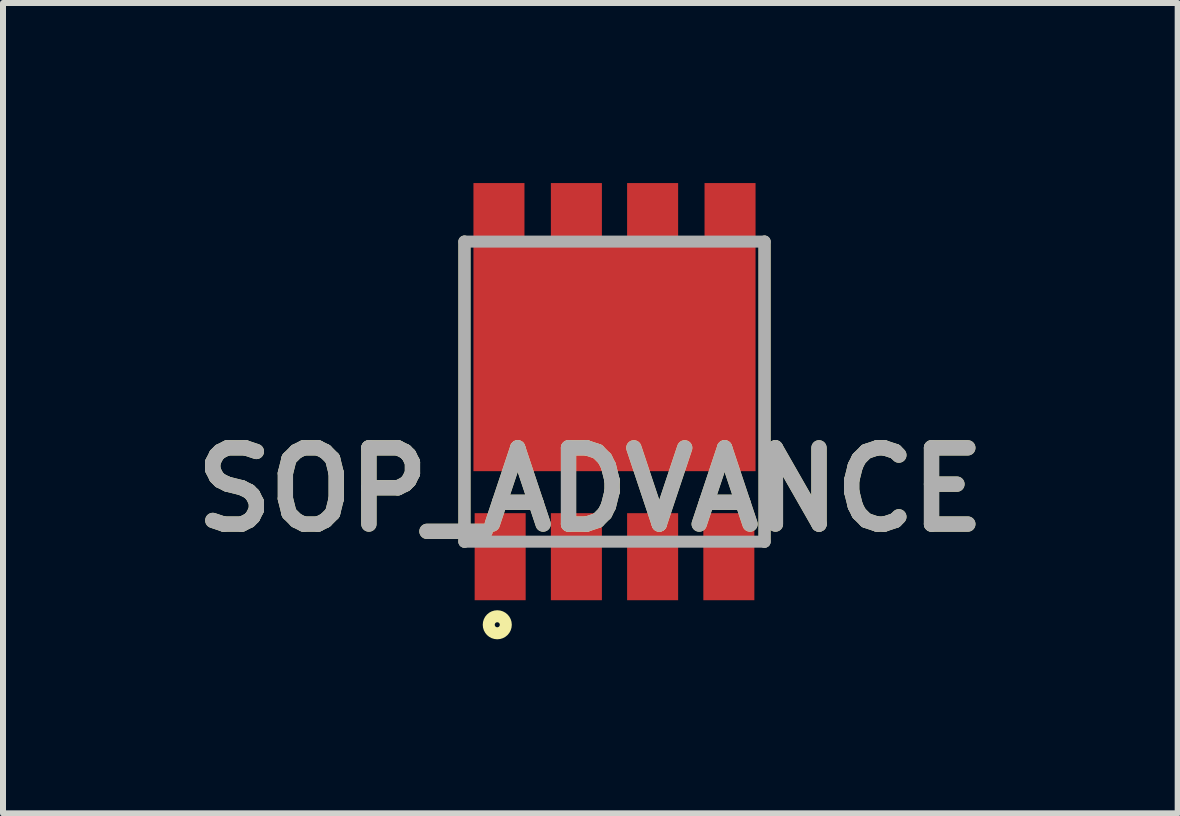
<source format=kicad_pcb>
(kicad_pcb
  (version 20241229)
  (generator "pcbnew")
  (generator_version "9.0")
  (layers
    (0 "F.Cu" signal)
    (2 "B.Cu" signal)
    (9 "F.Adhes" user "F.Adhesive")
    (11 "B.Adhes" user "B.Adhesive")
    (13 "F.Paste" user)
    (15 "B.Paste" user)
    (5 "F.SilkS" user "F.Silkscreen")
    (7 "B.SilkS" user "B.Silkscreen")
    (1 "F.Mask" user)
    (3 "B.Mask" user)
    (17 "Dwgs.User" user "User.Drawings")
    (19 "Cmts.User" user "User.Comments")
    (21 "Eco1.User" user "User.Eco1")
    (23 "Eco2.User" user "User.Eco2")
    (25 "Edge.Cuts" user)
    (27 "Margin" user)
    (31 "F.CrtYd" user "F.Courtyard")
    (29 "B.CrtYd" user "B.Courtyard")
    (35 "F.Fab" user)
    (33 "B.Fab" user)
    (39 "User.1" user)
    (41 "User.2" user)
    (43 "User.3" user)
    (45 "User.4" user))
  (footprint "SOP_ADVANCE"
    (layer "F.Cu")
    (at 7.188 3.475)
    (property "Reference" "SOP_ADVANCE" (at -0.403 1.632 0) (layer "F.SilkS") (effects (font (size 1.27 1.27) (thickness 0.254))))
    (attr smd)
    (fp_line (start -2.5 -2.5) (end -2.5 2.5) (stroke (width 0.2) (type solid)) (layer "F.SilkS"))
    (fp_line (start 2.5 2.5) (end 2.5 -2.5) (stroke (width 0.2) (type solid)) (layer "F.SilkS"))
    (fp_circle (center -1.953 3.884) (end -1.953 3.926) (stroke (width 0.2) (type solid)) (fill no) (layer "F.SilkS"))
    (fp_line (start -2.5 -2.5) (end 2.5 -2.5) (stroke (width 0.2) (type solid)) (layer "F.Fab"))
    (fp_line (start -2.5 2.5) (end -2.5 -2.5) (stroke (width 0.2) (type solid)) (layer "F.Fab"))
    (fp_line (start 2.5 -2.5) (end 2.5 2.5) (stroke (width 0.2) (type solid)) (layer "F.Fab"))
    (fp_line (start 2.5 2.5) (end -2.5 2.5) (stroke (width 0.2) (type solid)) (layer "F.Fab"))
    (fp_text user "${REFERENCE}" (at -0.403 1.632 0) (layer "F.Fab") (effects (font (size 1.27 1.27) (thickness 0.254))))
    (pad "1" smd rect (at -1.925 -2.95) (size 0.85 1.05) (layers "F.Cu" "F.Mask" "F.Paste"))
    (pad "1" smd rect (at -0.635 -2.95) (size 0.85 1.05) (layers "F.Cu" "F.Mask" "F.Paste"))
    (pad "1" smd rect (at 0 -0.55 90) (size 3.75 4.7) (layers "F.Cu" "F.Mask" "F.Paste"))
    (pad "1" smd rect (at 0.635 -2.95) (size 0.85 1.05) (layers "F.Cu" "F.Mask" "F.Paste"))
    (pad "1" smd rect (at 1.925 -2.95) (size 0.85 1.05) (layers "F.Cu" "F.Mask" "F.Paste"))
    (pad "2" smd rect (at 1.905 2.75) (size 0.85 1.45) (layers "F.Cu" "F.Mask" "F.Paste"))
    (pad "3" smd rect (at -1.905 2.75) (size 0.85 1.45) (layers "F.Cu" "F.Mask" "F.Paste"))
    (pad "3" smd rect (at -0.635 2.75) (size 0.85 1.45) (layers "F.Cu" "F.Mask" "F.Paste"))
    (pad "3" smd rect (at 0.635 2.75) (size 0.85 1.45) (layers "F.Cu" "F.Mask" "F.Paste")))
  (gr_rect
    (start -3 -3)
    (end 16.571 10.501)
    (stroke (width 0.1) (type default))
    (fill no)
    (layer "Edge.Cuts")))
</source>
